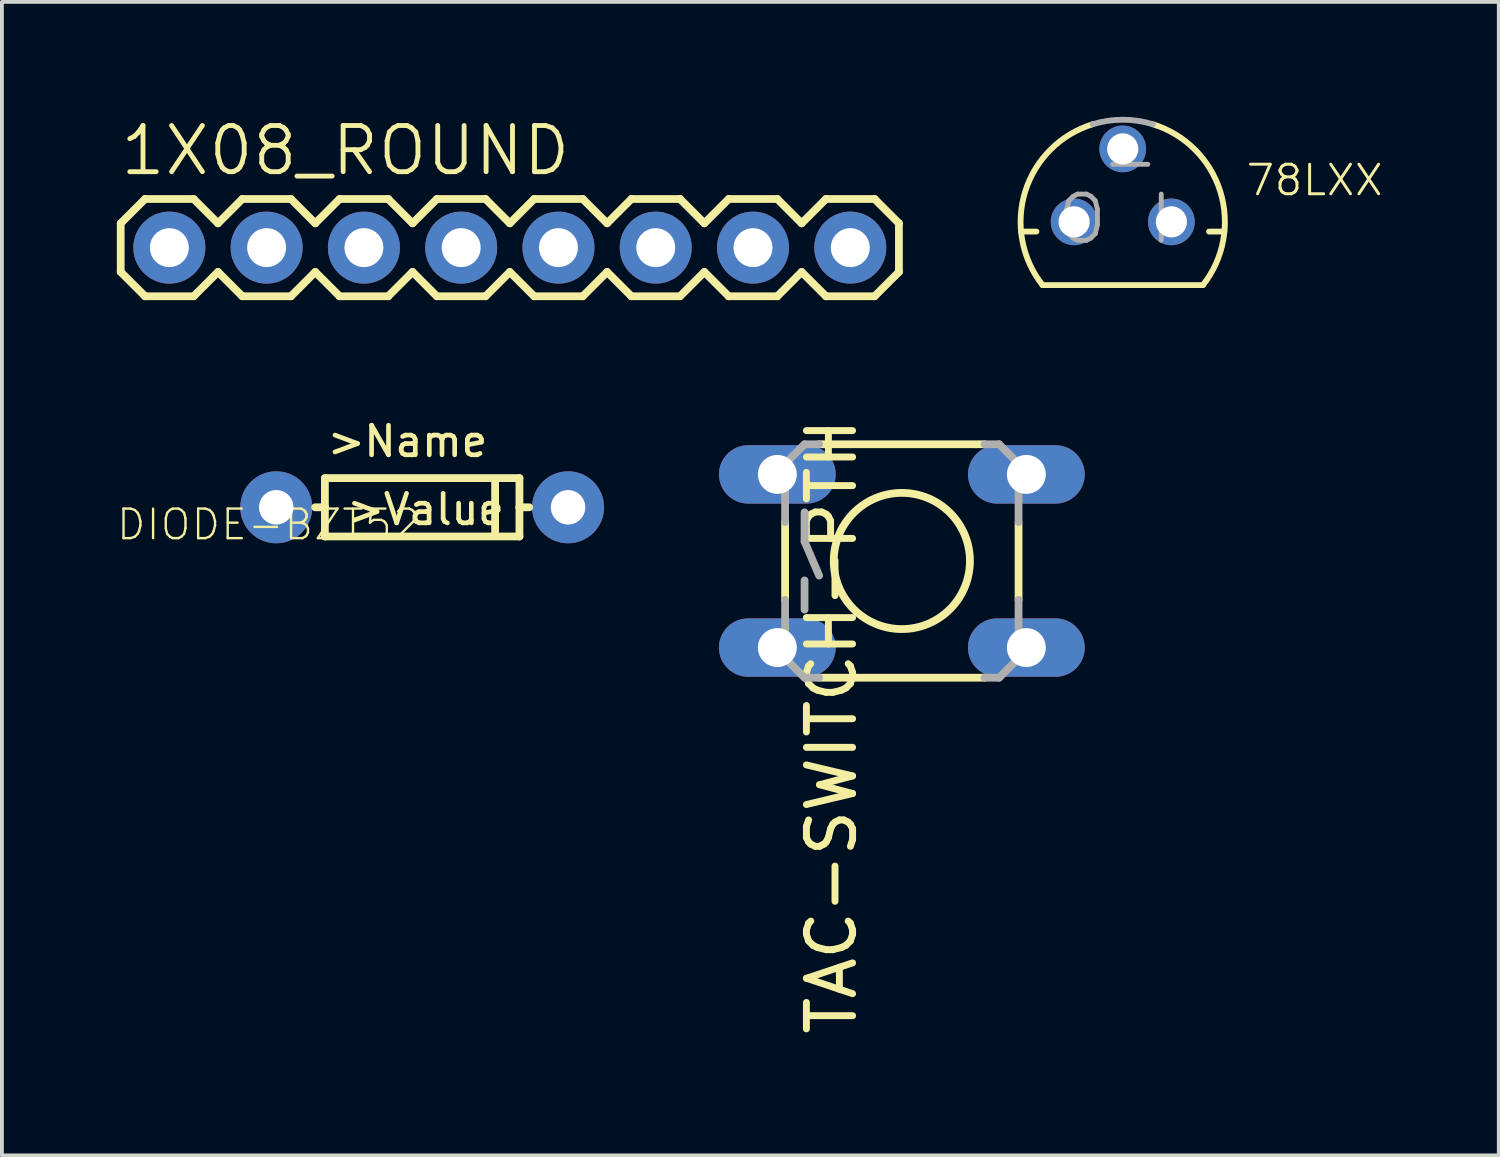
<source format=kicad_pcb>
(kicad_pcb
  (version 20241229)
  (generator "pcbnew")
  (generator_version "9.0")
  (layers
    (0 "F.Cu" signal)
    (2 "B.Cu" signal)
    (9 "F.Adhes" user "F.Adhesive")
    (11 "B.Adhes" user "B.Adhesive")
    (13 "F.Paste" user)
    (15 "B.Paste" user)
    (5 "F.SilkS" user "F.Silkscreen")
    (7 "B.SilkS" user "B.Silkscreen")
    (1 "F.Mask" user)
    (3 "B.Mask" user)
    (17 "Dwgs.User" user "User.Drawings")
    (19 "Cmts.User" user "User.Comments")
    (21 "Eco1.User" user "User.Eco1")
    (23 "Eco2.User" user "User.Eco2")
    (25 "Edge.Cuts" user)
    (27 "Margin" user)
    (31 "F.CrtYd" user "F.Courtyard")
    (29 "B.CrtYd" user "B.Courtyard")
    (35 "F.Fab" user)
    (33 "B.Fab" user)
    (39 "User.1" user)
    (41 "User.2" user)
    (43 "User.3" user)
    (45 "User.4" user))
  (footprint "DIODE-BZT52"
    (layer "F.Cu")
    (at 7.973 10.196)
    (property "Reference" "DIODE-BZT52" (at 0 0 180) (layer "F.SilkS") (effects (font (size 0.772 0.772) (thickness 0.062)) (justify right top)))
    (attr through_hole)
    (fp_line (start -2.54 -0.762) (end 2.54 -0.762) (stroke (width 0.203) (type solid)) (layer "F.SilkS"))
    (fp_line (start -2.54 0) (end -2.794 0) (stroke (width 0.203) (type solid)) (layer "F.SilkS"))
    (fp_line (start -2.54 0) (end -2.54 -0.762) (stroke (width 0.203) (type solid)) (layer "F.SilkS"))
    (fp_line (start -2.54 0.762) (end -2.54 0) (stroke (width 0.203) (type solid)) (layer "F.SilkS"))
    (fp_line (start 1.905 -0.635) (end 1.905 0.635) (stroke (width 0.203) (type solid)) (layer "F.SilkS"))
    (fp_line (start 2.54 -0.762) (end 2.54 0) (stroke (width 0.203) (type solid)) (layer "F.SilkS"))
    (fp_line (start 2.54 0) (end 2.54 0.762) (stroke (width 0.203) (type solid)) (layer "F.SilkS"))
    (fp_line (start 2.54 0) (end 2.794 0) (stroke (width 0.203) (type solid)) (layer "F.SilkS"))
    (fp_line (start 2.54 0.762) (end -2.54 0.762) (stroke (width 0.203) (type solid)) (layer "F.SilkS"))
    (fp_text user ">Value" (at -2.032 0.508 0) (layer "F.SilkS") (effects (font (size 0.772 0.772) (thickness 0.122)) (justify left bottom)))
    (fp_text user ">Name" (at -2.54 -1.27 0) (layer "F.SilkS") (effects (font (size 0.772 0.772) (thickness 0.122)) (justify left bottom)))
    (pad "A" thru_hole circle (at -3.81 0) (size 1.88 1.88) (drill 0.9) (layers "*.Cu" "*.Mask"))
    (pad "C" thru_hole circle (at 3.81 0) (size 1.88 1.88) (drill 0.9) (layers "*.Cu" "*.Mask")))
  (footprint "78LXX"
    (layer "F.Cu")
    (at 26.266 2.743)
    (property "Reference" "78LXX" (at 3.175 -0.635 0) (layer "F.SilkS") (effects (font (size 0.772 0.772) (thickness 0.077)) (justify left bottom)))
    (attr through_hole)
    (fp_line (start -2.655 0.254) (end -2.254 0.254) (stroke (width 0.152) (type solid)) (layer "F.SilkS"))
    (fp_line (start -2.095 1.651) (end 2.095 1.651) (stroke (width 0.152) (type solid)) (layer "F.SilkS"))
    (fp_line (start 2.254 0.254) (end 2.655 0.254) (stroke (width 0.152) (type solid)) (layer "F.SilkS"))
    (fp_arc (start -2.0946 1.651) (mid -2.54634 -0.793276) (end -0.786301 -2.548501) (stroke (width 0.1524) (type solid)) (layer "F.SilkS"))
    (fp_arc (start 0.7868 -2.5484) (mid 2.54677 -0.793202) (end 2.095 1.650999) (stroke (width 0.1524) (type solid)) (layer "F.SilkS"))
    (fp_arc (start -0.7863 -2.5485) (mid 0 -2.667043) (end 0.7863 -2.5485) (stroke (width 0.1524) (type solid)) (layer "F.Fab"))
    (fp_text user "I" (at 0.635 0.635 0) (layer "F.Fab") (effects (font (size 1.206 1.206) (thickness 0.127)) (justify left bottom)))
    (fp_text user "-" (at -0.635 -0.889 0) (layer "F.Fab") (effects (font (size 1.206 1.206) (thickness 0.127)) (justify left bottom)))
    (fp_text user "O" (at -1.778 0.635 0) (layer "F.Fab") (effects (font (size 1.206 1.206) (thickness 0.127)) (justify left bottom)))
    (pad "GND" thru_hole circle (at 0 -1.905) (size 1.219 1.219) (drill 0.813) (layers "*.Cu" "*.Mask"))
    (pad "IN" thru_hole circle (at 1.27 0) (size 1.219 1.219) (drill 0.813) (layers "*.Cu" "*.Mask"))
    (pad "OUT" thru_hole circle (at -1.27 0) (size 1.219 1.219) (drill 0.813) (layers "*.Cu" "*.Mask")))
  (footprint "1X08_ROUND"
    (layer "F.Cu")
    (at 1.372 3.416)
    (property "Reference" "1X08_ROUND" (at -1.346 -1.829 0) (layer "F.SilkS") (effects (font (size 1.206 1.206) (thickness 0.127)) (justify left bottom)))
    (attr through_hole)
    (fp_line (start -1.27 -0.635) (end -1.27 0.635) (stroke (width 0.203) (type solid)) (layer "F.SilkS"))
    (fp_line (start -1.27 0.635) (end -0.635 1.27) (stroke (width 0.203) (type solid)) (layer "F.SilkS"))
    (fp_line (start -0.635 -1.27) (end -1.27 -0.635) (stroke (width 0.203) (type solid)) (layer "F.SilkS"))
    (fp_line (start -0.635 -1.27) (end 0.635 -1.27) (stroke (width 0.203) (type solid)) (layer "F.SilkS"))
    (fp_line (start 0.635 -1.27) (end 1.27 -0.635) (stroke (width 0.203) (type solid)) (layer "F.SilkS"))
    (fp_line (start 0.635 1.27) (end -0.635 1.27) (stroke (width 0.203) (type solid)) (layer "F.SilkS"))
    (fp_line (start 1.27 -0.635) (end 1.905 -1.27) (stroke (width 0.203) (type solid)) (layer "F.SilkS"))
    (fp_line (start 1.27 0.635) (end 0.635 1.27) (stroke (width 0.203) (type solid)) (layer "F.SilkS"))
    (fp_line (start 1.905 -1.27) (end 3.175 -1.27) (stroke (width 0.203) (type solid)) (layer "F.SilkS"))
    (fp_line (start 1.905 1.27) (end 1.27 0.635) (stroke (width 0.203) (type solid)) (layer "F.SilkS"))
    (fp_line (start 3.175 -1.27) (end 3.81 -0.635) (stroke (width 0.203) (type solid)) (layer "F.SilkS"))
    (fp_line (start 3.175 1.27) (end 1.905 1.27) (stroke (width 0.203) (type solid)) (layer "F.SilkS"))
    (fp_line (start 3.81 -0.635) (end 4.445 -1.27) (stroke (width 0.203) (type solid)) (layer "F.SilkS"))
    (fp_line (start 3.81 0.635) (end 3.175 1.27) (stroke (width 0.203) (type solid)) (layer "F.SilkS"))
    (fp_line (start 4.445 -1.27) (end 5.715 -1.27) (stroke (width 0.203) (type solid)) (layer "F.SilkS"))
    (fp_line (start 4.445 1.27) (end 3.81 0.635) (stroke (width 0.203) (type solid)) (layer "F.SilkS"))
    (fp_line (start 5.715 -1.27) (end 6.35 -0.635) (stroke (width 0.203) (type solid)) (layer "F.SilkS"))
    (fp_line (start 5.715 1.27) (end 4.445 1.27) (stroke (width 0.203) (type solid)) (layer "F.SilkS"))
    (fp_line (start 6.35 0.635) (end 5.715 1.27) (stroke (width 0.203) (type solid)) (layer "F.SilkS"))
    (fp_line (start 6.35 0.635) (end 6.985 1.27) (stroke (width 0.203) (type solid)) (layer "F.SilkS"))
    (fp_line (start 6.985 -1.27) (end 6.35 -0.635) (stroke (width 0.203) (type solid)) (layer "F.SilkS"))
    (fp_line (start 6.985 -1.27) (end 8.255 -1.27) (stroke (width 0.203) (type solid)) (layer "F.SilkS"))
    (fp_line (start 8.255 -1.27) (end 8.89 -0.635) (stroke (width 0.203) (type solid)) (layer "F.SilkS"))
    (fp_line (start 8.255 1.27) (end 6.985 1.27) (stroke (width 0.203) (type solid)) (layer "F.SilkS"))
    (fp_line (start 8.89 -0.635) (end 9.525 -1.27) (stroke (width 0.203) (type solid)) (layer "F.SilkS"))
    (fp_line (start 8.89 0.635) (end 8.255 1.27) (stroke (width 0.203) (type solid)) (layer "F.SilkS"))
    (fp_line (start 9.525 -1.27) (end 10.795 -1.27) (stroke (width 0.203) (type solid)) (layer "F.SilkS"))
    (fp_line (start 9.525 1.27) (end 8.89 0.635) (stroke (width 0.203) (type solid)) (layer "F.SilkS"))
    (fp_line (start 10.795 -1.27) (end 11.43 -0.635) (stroke (width 0.203) (type solid)) (layer "F.SilkS"))
    (fp_line (start 10.795 1.27) (end 9.525 1.27) (stroke (width 0.203) (type solid)) (layer "F.SilkS"))
    (fp_line (start 11.43 -0.635) (end 12.065 -1.27) (stroke (width 0.203) (type solid)) (layer "F.SilkS"))
    (fp_line (start 11.43 0.635) (end 10.795 1.27) (stroke (width 0.203) (type solid)) (layer "F.SilkS"))
    (fp_line (start 12.065 -1.27) (end 13.335 -1.27) (stroke (width 0.203) (type solid)) (layer "F.SilkS"))
    (fp_line (start 12.065 1.27) (end 11.43 0.635) (stroke (width 0.203) (type solid)) (layer "F.SilkS"))
    (fp_line (start 13.335 -1.27) (end 13.97 -0.635) (stroke (width 0.203) (type solid)) (layer "F.SilkS"))
    (fp_line (start 13.335 1.27) (end 12.065 1.27) (stroke (width 0.203) (type solid)) (layer "F.SilkS"))
    (fp_line (start 13.97 0.635) (end 13.335 1.27) (stroke (width 0.203) (type solid)) (layer "F.SilkS"))
    (fp_line (start 13.97 0.635) (end 14.605 1.27) (stroke (width 0.203) (type solid)) (layer "F.SilkS"))
    (fp_line (start 14.605 -1.27) (end 13.97 -0.635) (stroke (width 0.203) (type solid)) (layer "F.SilkS"))
    (fp_line (start 14.605 -1.27) (end 15.875 -1.27) (stroke (width 0.203) (type solid)) (layer "F.SilkS"))
    (fp_line (start 15.875 -1.27) (end 16.51 -0.635) (stroke (width 0.203) (type solid)) (layer "F.SilkS"))
    (fp_line (start 15.875 1.27) (end 14.605 1.27) (stroke (width 0.203) (type solid)) (layer "F.SilkS"))
    (fp_line (start 16.51 0.635) (end 15.875 1.27) (stroke (width 0.203) (type solid)) (layer "F.SilkS"))
    (fp_line (start 16.51 0.635) (end 17.145 1.27) (stroke (width 0.203) (type solid)) (layer "F.SilkS"))
    (fp_line (start 17.145 -1.27) (end 16.51 -0.635) (stroke (width 0.203) (type solid)) (layer "F.SilkS"))
    (fp_line (start 17.145 -1.27) (end 18.415 -1.27) (stroke (width 0.203) (type solid)) (layer "F.SilkS"))
    (fp_line (start 18.415 -1.27) (end 19.05 -0.635) (stroke (width 0.203) (type solid)) (layer "F.SilkS"))
    (fp_line (start 18.415 1.27) (end 17.145 1.27) (stroke (width 0.203) (type solid)) (layer "F.SilkS"))
    (fp_line (start 19.05 -0.635) (end 19.05 0.635) (stroke (width 0.203) (type solid)) (layer "F.SilkS"))
    (fp_line (start 19.05 0.635) (end 18.415 1.27) (stroke (width 0.203) (type solid)) (layer "F.SilkS"))
    (fp_poly (pts (xy -0.254 0.254) (xy 0.254 0.254) (xy 0.254 -0.254) (xy -0.254 -0.254)) (stroke (width 0.1) (type solid)) (fill no) (layer "F.Fab"))
    (fp_poly (pts (xy 2.286 0.254) (xy 2.794 0.254) (xy 2.794 -0.254) (xy 2.286 -0.254)) (stroke (width 0.1) (type solid)) (fill no) (layer "F.Fab"))
    (fp_poly (pts (xy 4.826 0.254) (xy 5.334 0.254) (xy 5.334 -0.254) (xy 4.826 -0.254)) (stroke (width 0.1) (type solid)) (fill no) (layer "F.Fab"))
    (fp_poly (pts (xy 7.366 0.254) (xy 7.874 0.254) (xy 7.874 -0.254) (xy 7.366 -0.254)) (stroke (width 0.1) (type solid)) (fill no) (layer "F.Fab"))
    (fp_poly (pts (xy 9.906 0.254) (xy 10.414 0.254) (xy 10.414 -0.254) (xy 9.906 -0.254)) (stroke (width 0.1) (type solid)) (fill no) (layer "F.Fab"))
    (fp_poly (pts (xy 12.446 0.254) (xy 12.954 0.254) (xy 12.954 -0.254) (xy 12.446 -0.254)) (stroke (width 0.1) (type solid)) (fill no) (layer "F.Fab"))
    (fp_poly (pts (xy 14.986 0.254) (xy 15.494 0.254) (xy 15.494 -0.254) (xy 14.986 -0.254)) (stroke (width 0.1) (type solid)) (fill no) (layer "F.Fab"))
    (fp_poly (pts (xy 17.526 0.254) (xy 18.034 0.254) (xy 18.034 -0.254) (xy 17.526 -0.254)) (stroke (width 0.1) (type solid)) (fill no) (layer "F.Fab"))
    (pad "1" thru_hole circle (at 0 0 90) (size 1.88 1.88) (drill 1.016) (layers "*.Cu" "*.Mask"))
    (pad "2" thru_hole circle (at 2.54 0 90) (size 1.88 1.88) (drill 1.016) (layers "*.Cu" "*.Mask"))
    (pad "3" thru_hole circle (at 5.08 0 90) (size 1.88 1.88) (drill 1.016) (layers "*.Cu" "*.Mask"))
    (pad "4" thru_hole circle (at 7.62 0 90) (size 1.88 1.88) (drill 1.016) (layers "*.Cu" "*.Mask"))
    (pad "5" thru_hole circle (at 10.16 0 90) (size 1.88 1.88) (drill 1.016) (layers "*.Cu" "*.Mask"))
    (pad "6" thru_hole circle (at 12.7 0 90) (size 1.88 1.88) (drill 1.016) (layers "*.Cu" "*.Mask"))
    (pad "7" thru_hole circle (at 15.24 0 90) (size 1.88 1.88) (drill 1.016) (layers "*.Cu" "*.Mask"))
    (pad "8" thru_hole circle (at 17.78 0 90) (size 1.88 1.88) (drill 1.016) (layers "*.Cu" "*.Mask")))
  (footprint "TAC-SWITCH-PTH"
    (layer "F.Cu")
    (at 20.498 11.598)
    (property "Reference" "TAC-SWITCH-PTH" (at -2.54 -3.81 270) (layer "F.SilkS") (effects (font (size 1.206 1.206) (thickness 0.181)) (justify right top)))
    (attr through_hole)
    (fp_line (start -3.048 -1.028) (end -3.048 1.016) (stroke (width 0.203) (type solid)) (layer "F.SilkS"))
    (fp_line (start -2.159 3.048) (end 2.159 3.048) (stroke (width 0.203) (type solid)) (layer "F.SilkS"))
    (fp_line (start 2.159 -3.048) (end -2.159 -3.048) (stroke (width 0.203) (type solid)) (layer "F.SilkS"))
    (fp_line (start 3.048 -0.998) (end 3.048 1.016) (stroke (width 0.203) (type solid)) (layer "F.SilkS"))
    (fp_circle (center 0 0) (end 1.778 0) (stroke (width 0.203) (type solid)) (fill no) (layer "F.SilkS"))
    (fp_line (start -3.048 -2.54) (end -3.048 -1.016) (stroke (width 0.203) (type solid)) (layer "F.Fab"))
    (fp_line (start -3.048 2.54) (end -3.048 1.016) (stroke (width 0.203) (type solid)) (layer "F.Fab"))
    (fp_line (start -2.54 -3.048) (end -3.048 -2.54) (stroke (width 0.203) (type solid)) (layer "F.Fab"))
    (fp_line (start -2.54 -3.048) (end -2.159 -3.048) (stroke (width 0.203) (type solid)) (layer "F.Fab"))
    (fp_line (start -2.54 -1.27) (end -2.54 -0.508) (stroke (width 0.203) (type solid)) (layer "F.Fab"))
    (fp_line (start -2.54 -0.508) (end -2.159 0.381) (stroke (width 0.203) (type solid)) (layer "F.Fab"))
    (fp_line (start -2.54 0.508) (end -2.54 1.27) (stroke (width 0.203) (type solid)) (layer "F.Fab"))
    (fp_line (start -2.54 3.048) (end -3.048 2.54) (stroke (width 0.203) (type solid)) (layer "F.Fab"))
    (fp_line (start -2.54 3.048) (end -2.159 3.048) (stroke (width 0.203) (type solid)) (layer "F.Fab"))
    (fp_line (start 2.54 -3.048) (end 2.159 -3.048) (stroke (width 0.203) (type solid)) (layer "F.Fab"))
    (fp_line (start 2.54 3.048) (end 2.159 3.048) (stroke (width 0.203) (type solid)) (layer "F.Fab"))
    (fp_line (start 2.54 3.048) (end 3.048 2.54) (stroke (width 0.203) (type solid)) (layer "F.Fab"))
    (fp_line (start 3.048 -2.54) (end 2.54 -3.048) (stroke (width 0.203) (type solid)) (layer "F.Fab"))
    (fp_line (start 3.048 -1.016) (end 3.048 -2.54) (stroke (width 0.203) (type solid)) (layer "F.Fab"))
    (fp_line (start 3.048 2.54) (end 3.048 1.016) (stroke (width 0.203) (type solid)) (layer "F.Fab"))
    (pad "1" thru_hole oval (at -3.251 -2.261) (size 3.048 1.524) (drill 1.016) (layers "*.Cu" "*.Mask"))
    (pad "2" thru_hole oval (at 3.251 -2.261) (size 3.048 1.524) (drill 1.016) (layers "*.Cu" "*.Mask"))
    (pad "3" thru_hole oval (at -3.251 2.261) (size 3.048 1.524) (drill 1.016) (layers "*.Cu" "*.Mask"))
    (pad "4" thru_hole oval (at 3.251 2.261) (size 3.048 1.524) (drill 1.016) (layers "*.Cu" "*.Mask")))
  (gr_rect
    (start -3 -3)
    (end 36.085 27.119)
    (stroke (width 0.1) (type default))
    (fill no)
    (layer "Edge.Cuts")))
</source>
